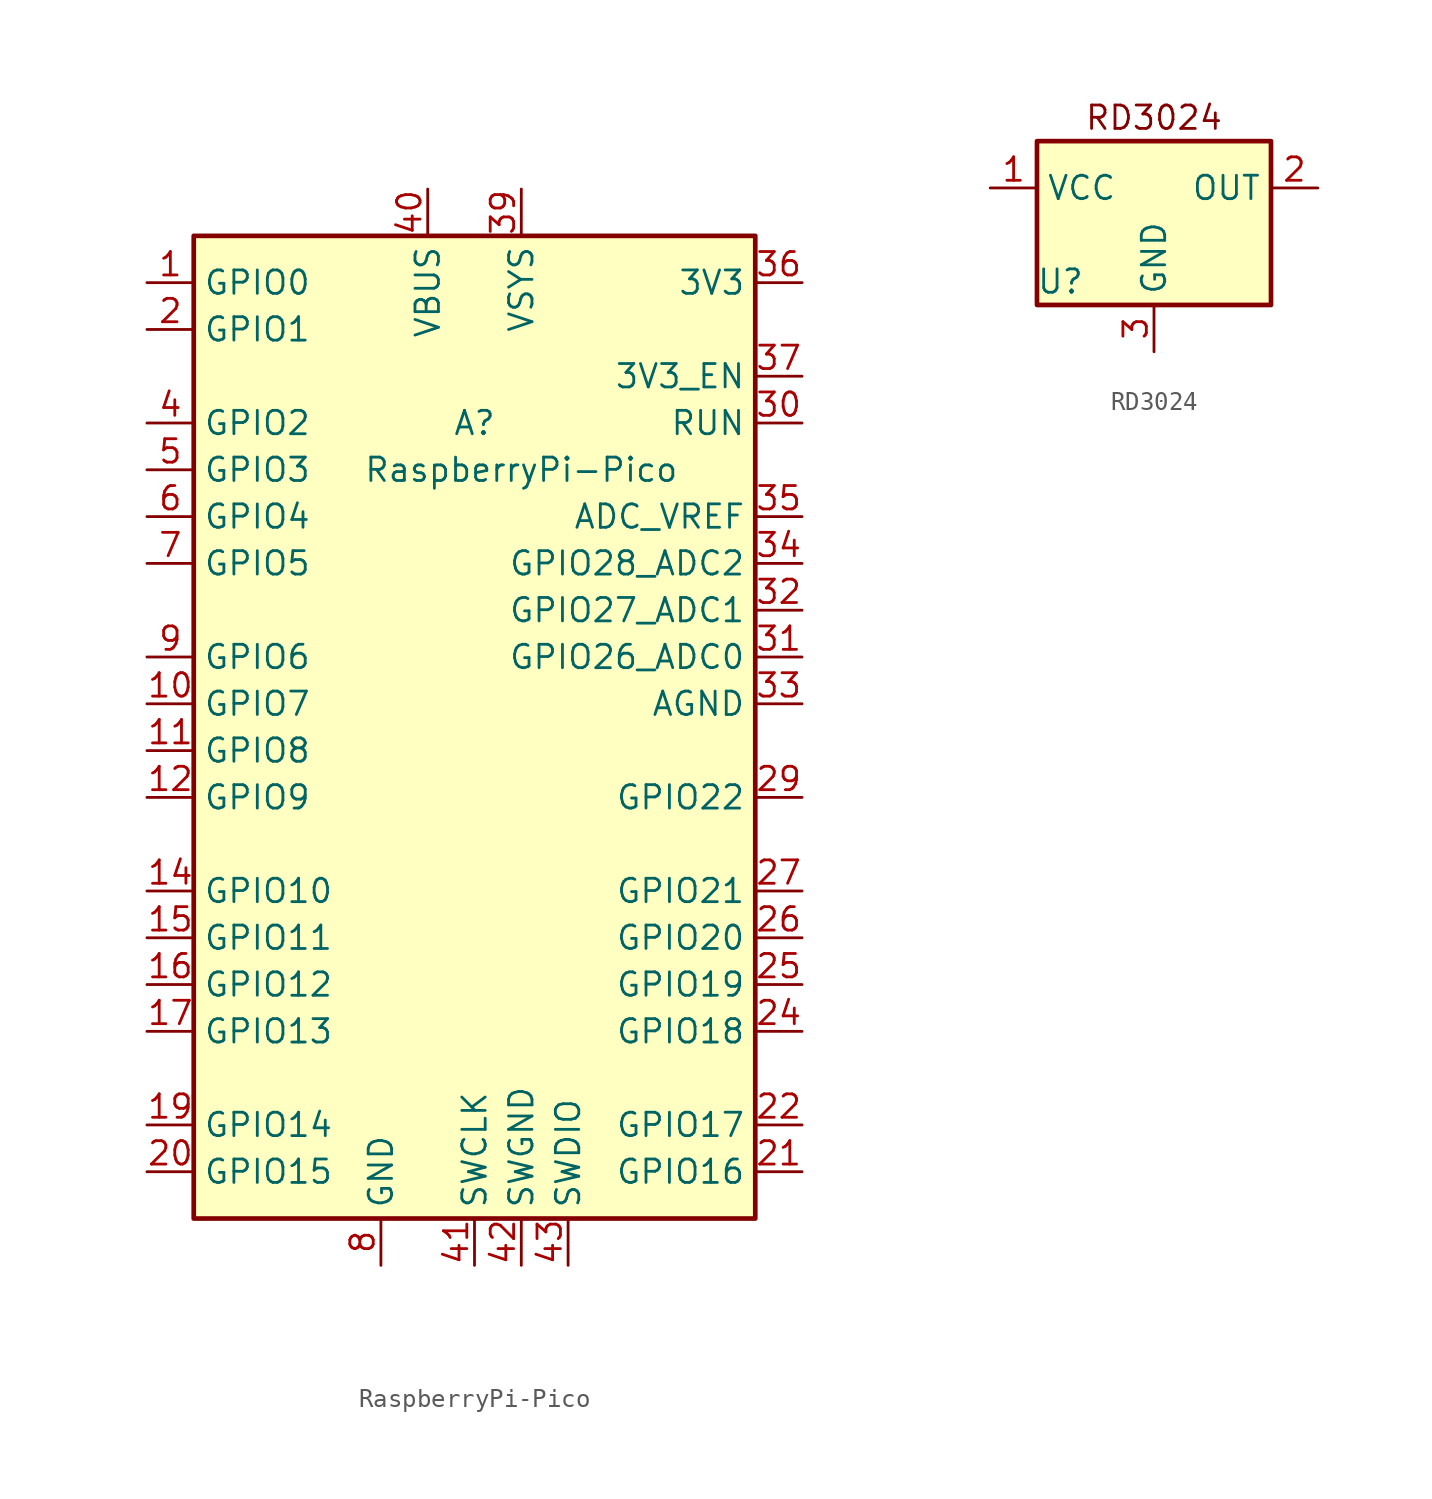
<source format=kicad_sym>
(kicad_symbol_lib
  (version 20241209)
  (generator "kicad_symbol_editor")
  (generator_version "9.0")
  (symbol "RaspberryPi-Pico"
    (property "Reference" "A"
      (at 0 17.78 0)
      (effects (font (size 1.27 1.27))))
    (property "Value" "RaspberryPi-Pico"
      (at 2.54 15.24 0)
      (effects (font (size 1.27 1.27))))
    (symbol "RaspberryPi-Pico_0_1"
      (rectangle (start -15.24 27.94) (end 15.24 -25.4) (stroke (width 0.254) (type default)) (fill (type background))))
    (symbol "RaspberryPi-Pico_1_1"
      (pin bidirectional line (at -17.78 25.4 0) (length 2.54) (name "GPIO0" (effects (font (size 1.27 1.27)))) (number "1" (effects (font (size 1.27 1.27)))) (alternate "I2C0_SDA" bidirectional line) (alternate "PWM0_A" output line) (alternate "SPI0_RX" input line) (alternate "UART0_TX" output line) (alternate "USB_OVCUR_DET" input line))
      (pin bidirectional line (at -17.78 22.86 0) (length 2.54) (name "GPIO1" (effects (font (size 1.27 1.27)))) (number "2" (effects (font (size 1.27 1.27)))) (alternate "I2C0_SCL" bidirectional line) (alternate "PWM0_B" bidirectional line) (alternate "UART0_RX" input line) (alternate "USB_VBUS_DET" input line) (alternate "~{SPI0_CS}" output line))
      (pin bidirectional line (at -17.78 17.78 0) (length 2.54) (name "GPIO2" (effects (font (size 1.27 1.27)))) (number "4" (effects (font (size 1.27 1.27)))) (alternate "I2C1_SDA" bidirectional line) (alternate "PWM1_A" output line) (alternate "SPI0_SCK" bidirectional line) (alternate "USB_VBUS_EN" output line) (alternate "~{UART0_CTS}" input line))
      (pin bidirectional line (at -17.78 15.24 0) (length 2.54) (name "GPIO3" (effects (font (size 1.27 1.27)))) (number "5" (effects (font (size 1.27 1.27)))) (alternate "I2C1_SCL" bidirectional line) (alternate "PWM1_B" bidirectional line) (alternate "SPI0_TX" output line) (alternate "USB_OVCUR_DET" input line) (alternate "~{UART0_RTS}" output line))
      (pin bidirectional line (at -17.78 12.7 0) (length 2.54) (name "GPIO4" (effects (font (size 1.27 1.27)))) (number "6" (effects (font (size 1.27 1.27)))) (alternate "I2C0_SDA" bidirectional line) (alternate "PWM2_A" output line) (alternate "SPI0_RX" input line) (alternate "UART1_TX" output line) (alternate "USB_VBUS_DET" input line))
      (pin bidirectional line (at -17.78 10.16 0) (length 2.54) (name "GPIO5" (effects (font (size 1.27 1.27)))) (number "7" (effects (font (size 1.27 1.27)))) (alternate "I2C0_SCL" bidirectional line) (alternate "PWM2_B" bidirectional line) (alternate "UART1_RX" input line) (alternate "USB_VBUS_EN" output line) (alternate "~{SPI0_CS}" output line))
      (pin bidirectional line (at -17.78 5.08 0) (length 2.54) (name "GPIO6" (effects (font (size 1.27 1.27)))) (number "9" (effects (font (size 1.27 1.27)))) (alternate "I2C1_SDA" bidirectional line) (alternate "PWM3_A" output line) (alternate "SPI0_SCK" bidirectional line) (alternate "USB_OVCUR_DET" input line) (alternate "~{UART1_CTS}" input line))
      (pin bidirectional line (at -17.78 2.54 0) (length 2.54) (name "GPIO7" (effects (font (size 1.27 1.27)))) (number "10" (effects (font (size 1.27 1.27)))) (alternate "I2C1_SCL" bidirectional line) (alternate "PWM3_B" bidirectional line) (alternate "SPI0_TX" output line) (alternate "USB_VBUS_DET" input line) (alternate "~{UART1_RTS}" output line))
      (pin bidirectional line (at -17.78 0 0) (length 2.54) (name "GPIO8" (effects (font (size 1.27 1.27)))) (number "11" (effects (font (size 1.27 1.27)))) (alternate "I2C0_SDA" bidirectional line) (alternate "PWM4_A" output line) (alternate "SPI1_RX" input line) (alternate "UART1_TX" output line) (alternate "USB_VBUS_EN" output line))
      (pin bidirectional line (at -17.78 -2.54 0) (length 2.54) (name "GPIO9" (effects (font (size 1.27 1.27)))) (number "12" (effects (font (size 1.27 1.27)))) (alternate "I2C0_SCL" bidirectional line) (alternate "PWM4_B" bidirectional line) (alternate "UART1_RX" input line) (alternate "USB_OVCUR_DET" input line) (alternate "~{SPI1_CS}" output line))
      (pin bidirectional line (at -17.78 -7.62 0) (length 2.54) (name "GPIO10" (effects (font (size 1.27 1.27)))) (number "14" (effects (font (size 1.27 1.27)))) (alternate "I2C1_SDA" bidirectional line) (alternate "PWM5_A" output line) (alternate "SPI1_SCK" bidirectional line) (alternate "USB_VBUS_DET" input line) (alternate "~{UART1_CTS}" input line))
      (pin bidirectional line (at -17.78 -10.16 0) (length 2.54) (name "GPIO11" (effects (font (size 1.27 1.27)))) (number "15" (effects (font (size 1.27 1.27)))) (alternate "I2C1_SCL" bidirectional line) (alternate "PWM5_B" bidirectional line) (alternate "SPI1_TX" output line) (alternate "USB_VBUS_EN" output line) (alternate "~{UART1_RTS}" output line))
      (pin bidirectional line (at -17.78 -12.7 0) (length 2.54) (name "GPIO12" (effects (font (size 1.27 1.27)))) (number "16" (effects (font (size 1.27 1.27)))) (alternate "I2C0_SDA" bidirectional line) (alternate "PWM6_A" output line) (alternate "SPI1_RX" input line) (alternate "UART0_TX" output line) (alternate "USB_OVCUR_DET" input line))
      (pin bidirectional line (at -17.78 -15.24 0) (length 2.54) (name "GPIO13" (effects (font (size 1.27 1.27)))) (number "17" (effects (font (size 1.27 1.27)))) (alternate "I2C0_SCL" bidirectional line) (alternate "PWM6_B" bidirectional line) (alternate "UART0_RX" input line) (alternate "USB_VBUS_DET" input line) (alternate "~{SPI1_CS}" output line))
      (pin bidirectional line (at -17.78 -20.32 0) (length 2.54) (name "GPIO14" (effects (font (size 1.27 1.27)))) (number "19" (effects (font (size 1.27 1.27)))) (alternate "I2C1_SDA" bidirectional line) (alternate "PWM7_A" output line) (alternate "SPI1_SCK" bidirectional line) (alternate "USB_VBUS_EN" output line) (alternate "~{UART0_CTS}" input line))
      (pin bidirectional line (at -17.78 -22.86 0) (length 2.54) (name "GPIO15" (effects (font (size 1.27 1.27)))) (number "20" (effects (font (size 1.27 1.27)))) (alternate "I2C1_SCL" bidirectional line) (alternate "PWM7_B" bidirectional line) (alternate "SPI1_TX" output line) (alternate "USB_OVCUR_DET" input line) (alternate "~{UART0_RTS}" output line))
      (pin passive line (at -5.08 -27.94 90) (length 2.54) (hide yes) (name "GND" (effects (font (size 1.27 1.27)))) (number "13" (effects (font (size 1.27 1.27)))))
      (pin passive line (at -5.08 -27.94 90) (length 2.54) (hide yes) (name "GND" (effects (font (size 1.27 1.27)))) (number "18" (effects (font (size 1.27 1.27)))))
      (pin passive line (at -5.08 -27.94 90) (length 2.54) (hide yes) (name "GND" (effects (font (size 1.27 1.27)))) (number "23" (effects (font (size 1.27 1.27)))))
      (pin passive line (at -5.08 -27.94 90) (length 2.54) (hide yes) (name "GND" (effects (font (size 1.27 1.27)))) (number "28" (effects (font (size 1.27 1.27)))))
      (pin passive line (at -5.08 -27.94 90) (length 2.54) (hide yes) (name "GND" (effects (font (size 1.27 1.27)))) (number "3" (effects (font (size 1.27 1.27)))))
      (pin passive line (at -5.08 -27.94 90) (length 2.54) (hide yes) (name "GND" (effects (font (size 1.27 1.27)))) (number "38" (effects (font (size 1.27 1.27)))))
      (pin power_in line (at -5.08 -27.94 90) (length 2.54) (name "GND" (effects (font (size 1.27 1.27)))) (number "8" (effects (font (size 1.27 1.27)))))
      (pin power_out line (at -2.54 30.48 270) (length 2.54) (name "VBUS" (effects (font (size 1.27 1.27)))) (number "40" (effects (font (size 1.27 1.27)))) (alternate "VBUS" power_in line))
      (pin input line (at 0 -27.94 90) (length 2.54) (name "SWCLK" (effects (font (size 1.27 1.27)))) (number "41" (effects (font (size 1.27 1.27)))))
      (pin power_out line (at 2.54 30.48 270) (length 2.54) (name "VSYS" (effects (font (size 1.27 1.27)))) (number "39" (effects (font (size 1.27 1.27)))) (alternate "VSYS" power_in line))
      (pin power_in line (at 2.54 -27.94 90) (length 2.54) (name "SWGND" (effects (font (size 1.27 1.27)))) (number "42" (effects (font (size 1.27 1.27)))) (alternate "GND" power_in line))
      (pin bidirectional line (at 5.08 -27.94 90) (length 2.54) (name "SWDIO" (effects (font (size 1.27 1.27)))) (number "43" (effects (font (size 1.27 1.27)))))
      (pin power_out line (at 17.78 25.4 180) (length 2.54) (name "3V3" (effects (font (size 1.27 1.27)))) (number "36" (effects (font (size 1.27 1.27)))))
      (pin input line (at 17.78 20.32 180) (length 2.54) (name "3V3_EN" (effects (font (size 1.27 1.27)))) (number "37" (effects (font (size 1.27 1.27)))))
      (pin input line (at 17.78 17.78 180) (length 2.54) (name "RUN" (effects (font (size 1.27 1.27)))) (number "30" (effects (font (size 1.27 1.27)))) (alternate "~{RESET}" input line))
      (pin power_in line (at 17.78 12.7 180) (length 2.54) (name "ADC_VREF" (effects (font (size 1.27 1.27)))) (number "35" (effects (font (size 1.27 1.27)))))
      (pin bidirectional line (at 17.78 10.16 180) (length 2.54) (name "GPIO28_ADC2" (effects (font (size 1.27 1.27)))) (number "34" (effects (font (size 1.27 1.27)))) (alternate "ADC2" input line) (alternate "GPIO28" bidirectional line) (alternate "I2C0_SDA" bidirectional line) (alternate "PWM6_A" output line) (alternate "SPI1_RX" input line) (alternate "UART0_TX" output line) (alternate "USB_VBUS_DET" input line))
      (pin bidirectional line (at 17.78 7.62 180) (length 2.54) (name "GPIO27_ADC1" (effects (font (size 1.27 1.27)))) (number "32" (effects (font (size 1.27 1.27)))) (alternate "ADC1" input line) (alternate "GPIO27" bidirectional line) (alternate "I2C1_SCL" bidirectional line) (alternate "PWM5_B" bidirectional line) (alternate "SPI1_TX" output line) (alternate "USB_OVCUR_DET" input line) (alternate "~{UART1_RTS}" output line))
      (pin bidirectional line (at 17.78 5.08 180) (length 2.54) (name "GPIO26_ADC0" (effects (font (size 1.27 1.27)))) (number "31" (effects (font (size 1.27 1.27)))) (alternate "ADC0" input line) (alternate "GPIO26" bidirectional line) (alternate "I2C1_SDA" bidirectional line) (alternate "PWM5_A" output line) (alternate "SPI1_SCK" bidirectional line) (alternate "USB_VBUS_EN" output line) (alternate "~{UART1_CTS}" input line))
      (pin power_in line (at 17.78 2.54 180) (length 2.54) (name "AGND" (effects (font (size 1.27 1.27)))) (number "33" (effects (font (size 1.27 1.27)))) (alternate "GND" power_in line))
      (pin bidirectional line (at 17.78 -2.54 180) (length 2.54) (name "GPIO22" (effects (font (size 1.27 1.27)))) (number "29" (effects (font (size 1.27 1.27)))) (alternate "CLOCK_GPIN1" input line) (alternate "I2C1_SDA" bidirectional line) (alternate "PWM3_A" output line) (alternate "SPI0_SCK" bidirectional line) (alternate "USB_VBUS_DET" input line) (alternate "~{UART1_CTS}" input line))
      (pin bidirectional line (at 17.78 -7.62 180) (length 2.54) (name "GPIO21" (effects (font (size 1.27 1.27)))) (number "27" (effects (font (size 1.27 1.27)))) (alternate "CLOCK_GPOUT0" output line) (alternate "I2C0_SCL" bidirectional line) (alternate "PWM2_B" bidirectional line) (alternate "UART1_RX" input line) (alternate "USB_OVCUR_DET" input line) (alternate "~{SPI0_CS}" output line))
      (pin bidirectional line (at 17.78 -10.16 180) (length 2.54) (name "GPIO20" (effects (font (size 1.27 1.27)))) (number "26" (effects (font (size 1.27 1.27)))) (alternate "CLOCK_GPIN0" input line) (alternate "I2C0_SDA" bidirectional line) (alternate "PWM2_A" output line) (alternate "SPI0_RX" input line) (alternate "UART1_TX" output line) (alternate "USB_VBUS_EN" output line))
      (pin bidirectional line (at 17.78 -12.7 180) (length 2.54) (name "GPIO19" (effects (font (size 1.27 1.27)))) (number "25" (effects (font (size 1.27 1.27)))) (alternate "I2C1_SCL" bidirectional line) (alternate "PWM1_B" bidirectional line) (alternate "SPI0_TX" output line) (alternate "USB_VBUS_DET" input line) (alternate "~{UART0_RTS}" output line))
      (pin bidirectional line (at 17.78 -15.24 180) (length 2.54) (name "GPIO18" (effects (font (size 1.27 1.27)))) (number "24" (effects (font (size 1.27 1.27)))) (alternate "I2C1_SDA" bidirectional line) (alternate "PWM1_A" output line) (alternate "SPI0_SCK" bidirectional line) (alternate "USB_OVCUR_DET" input line) (alternate "~{UART0_CTS}" input line))
      (pin bidirectional line (at 17.78 -20.32 180) (length 2.54) (name "GPIO17" (effects (font (size 1.27 1.27)))) (number "22" (effects (font (size 1.27 1.27)))) (alternate "I2C0_SCL" bidirectional line) (alternate "PWM0_B" bidirectional line) (alternate "UART0_RX" input line) (alternate "USB_VBUS_EN" output line) (alternate "~{SPI0_CS}" output line))
      (pin bidirectional line (at 17.78 -22.86 180) (length 2.54) (name "GPIO16" (effects (font (size 1.27 1.27)))) (number "21" (effects (font (size 1.27 1.27)))) (alternate "I2C0_SDA" bidirectional line) (alternate "PWM0_A" output line) (alternate "SPI0_RX" input line) (alternate "UART0_TX" output line) (alternate "USB_VBUS_DET" input line))))
  (symbol "RD3024"
    (property "Reference" "U"
      (at 1.27 -7.62 0)
      (effects (font (size 1.27 1.27))))
    (property "Value" ""
      (at 0 0 0)
      (effects (font (size 1.27 1.27))))
    (symbol "RD3024_0_1"
      (rectangle (start 0 0) (end 12.7 -8.89) (stroke (width 0.254) (type default)) (fill (type background))))
    (symbol "RD3024_1_1"
      (text "RD3024\n" (at 6.35 1.27 0) (effects (font (size 1.27 1.27))))
      (pin input line (at -2.54 -2.54 0) (length 2.54) (name "VCC" (effects (font (size 1.27 1.27)))) (number "1" (effects (font (size 1.27 1.27)))))
      (pin input line (at 6.35 -11.43 90) (length 2.54) (name "GND" (effects (font (size 1.27 1.27)))) (number "3" (effects (font (size 1.27 1.27)))))
      (pin input line (at 15.24 -2.54 180) (length 2.54) (name "OUT" (effects (font (size 1.27 1.27)))) (number "2" (effects (font (size 1.27 1.27))))))))
</source>
